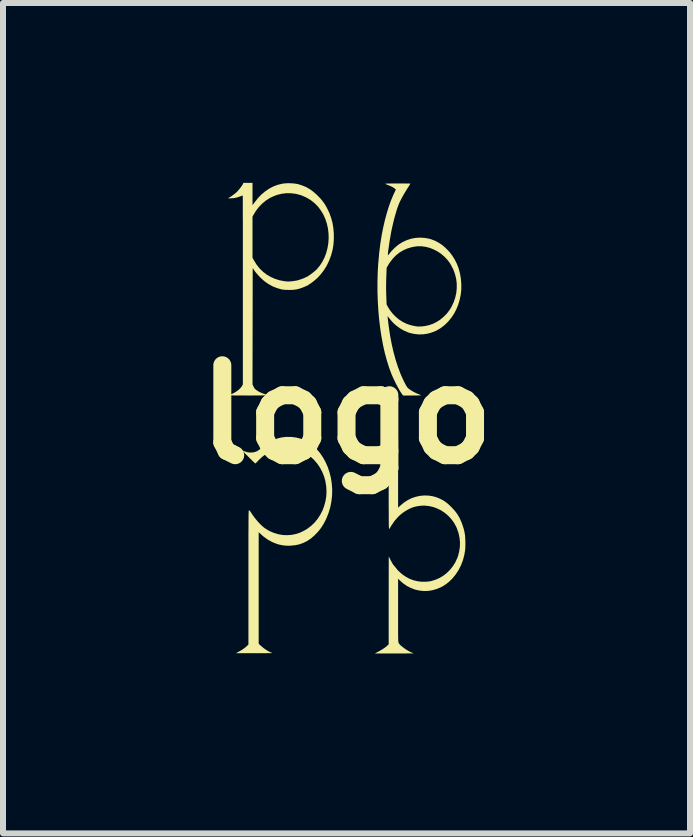
<source format=kicad_pcb>
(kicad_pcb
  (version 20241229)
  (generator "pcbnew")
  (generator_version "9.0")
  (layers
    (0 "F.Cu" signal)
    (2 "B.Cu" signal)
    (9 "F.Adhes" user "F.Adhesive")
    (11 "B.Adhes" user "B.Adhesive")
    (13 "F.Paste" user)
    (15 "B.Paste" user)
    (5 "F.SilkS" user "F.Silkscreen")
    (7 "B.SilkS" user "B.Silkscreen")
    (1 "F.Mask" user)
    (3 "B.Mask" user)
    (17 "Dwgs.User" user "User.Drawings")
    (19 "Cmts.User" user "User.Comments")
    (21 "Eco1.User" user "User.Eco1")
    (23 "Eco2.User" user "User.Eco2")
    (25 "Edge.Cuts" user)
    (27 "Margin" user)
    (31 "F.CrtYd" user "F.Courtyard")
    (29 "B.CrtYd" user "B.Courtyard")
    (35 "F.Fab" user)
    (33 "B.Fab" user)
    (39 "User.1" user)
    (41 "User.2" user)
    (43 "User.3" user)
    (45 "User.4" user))
  (footprint "logo"
    (layer "F.Cu")
    (at 2.729 3.863)
    (property "Reference" "logo" (at 0 0 0) (layer "F.SilkS") (effects (font (size 1.5 1.5) (thickness 0.3))))
    (attr board_only exclude_from_pos_files exclude_from_bom)
    (fp_poly (pts (xy -0.916 0.374) (xy -0.839 0.384) (xy -0.765 0.403) (xy -0.695 0.43) (xy -0.629 0.466) (xy -0.567 0.51) (xy -0.556 0.52) (xy -0.496 0.578) (xy -0.442 0.643) (xy -0.393 0.715) (xy -0.35 0.793) (xy -0.313 0.876) (xy -0.284 0.964) (xy -0.261 1.055) (xy -0.247 1.146) (xy -0.239 1.248) (xy -0.241 1.349) (xy -0.252 1.45) (xy -0.272 1.549) (xy -0.301 1.645) (xy -0.338 1.737) (xy -0.349 1.76) (xy -0.386 1.83) (xy -0.426 1.892) (xy -0.471 1.95) (xy -0.523 2.004) (xy -0.531 2.013) (xy -0.591 2.065) (xy -0.653 2.107) (xy -0.718 2.14) (xy -0.787 2.165) (xy -0.859 2.18) (xy -0.936 2.187) (xy -0.965 2.188) (xy -1.023 2.186) (xy -1.076 2.179) (xy -1.127 2.168) (xy -1.167 2.156) (xy -1.241 2.126) (xy -1.312 2.087) (xy -1.379 2.039) (xy -1.426 1.999) (xy -1.465 1.962) (xy -1.465 2.892) (xy -1.465 3.822) (xy -1.435 3.851) (xy -1.397 3.884) (xy -1.357 3.914) (xy -1.317 3.94) (xy -1.279 3.96) (xy -1.268 3.964) (xy -1.252 3.971) (xy -1.241 3.976) (xy -1.236 3.978) (xy -1.24 3.979) (xy -1.254 3.979) (xy -1.275 3.979) (xy -1.304 3.979) (xy -1.339 3.98) (xy -1.38 3.98) (xy -1.426 3.98) (xy -1.476 3.98) (xy -1.529 3.98) (xy -1.539 3.98) (xy -1.844 3.98) (xy -1.8 3.957) (xy -1.75 3.928) (xy -1.705 3.897) (xy -1.667 3.866) (xy -1.662 3.861) (xy -1.636 3.836) (xy -1.636 2.716) (xy -1.636 2.592) (xy -1.636 2.478) (xy -1.636 2.372) (xy -1.636 2.276) (xy -1.636 2.187) (xy -1.636 2.107) (xy -1.636 2.034) (xy -1.636 1.968) (xy -1.635 1.909) (xy -1.635 1.856) (xy -1.635 1.81) (xy -1.635 1.77) (xy -1.634 1.734) (xy -1.634 1.704) (xy -1.634 1.679) (xy -1.633 1.658) (xy -1.633 1.64) (xy -1.632 1.627) (xy -1.632 1.616) (xy -1.631 1.609) (xy -1.631 1.603) (xy -1.63 1.6) (xy -1.629 1.599) (xy -1.628 1.599) (xy -1.619 1.602) (xy -1.617 1.602) (xy -1.613 1.606) (xy -1.605 1.616) (xy -1.595 1.631) (xy -1.59 1.639) (xy -1.561 1.683) (xy -1.528 1.727) (xy -1.493 1.77) (xy -1.456 1.811) (xy -1.419 1.848) (xy -1.384 1.879) (xy -1.353 1.902) (xy -1.284 1.943) (xy -1.212 1.974) (xy -1.14 1.996) (xy -1.065 2.009) (xy -0.991 2.012) (xy -0.917 2.007) (xy -0.843 1.992) (xy -0.771 1.968) (xy -0.702 1.934) (xy -0.657 1.907) (xy -0.593 1.859) (xy -0.534 1.803) (xy -0.482 1.74) (xy -0.438 1.672) (xy -0.4 1.598) (xy -0.376 1.534) (xy -0.352 1.449) (xy -0.338 1.365) (xy -0.334 1.281) (xy -0.339 1.196) (xy -0.352 1.114) (xy -0.374 1.034) (xy -0.405 0.957) (xy -0.443 0.885) (xy -0.489 0.818) (xy -0.542 0.756) (xy -0.601 0.702) (xy -0.665 0.654) (xy -0.696 0.635) (xy -0.748 0.609) (xy -0.802 0.587) (xy -0.861 0.57) (xy -0.872 0.568) (xy -0.925 0.559) (xy -0.982 0.555) (xy -1.041 0.555) (xy -1.097 0.561) (xy -1.123 0.566) (xy -1.199 0.587) (xy -1.271 0.617) (xy -1.34 0.656) (xy -1.404 0.704) (xy -1.464 0.76) (xy -1.475 0.772) (xy -1.491 0.789) (xy -1.505 0.803) (xy -1.515 0.812) (xy -1.521 0.816) (xy -1.521 0.816) (xy -1.526 0.812) (xy -1.536 0.803) (xy -1.551 0.789) (xy -1.57 0.771) (xy -1.591 0.75) (xy -1.614 0.728) (xy -1.637 0.704) (xy -1.66 0.681) (xy -1.682 0.659) (xy -1.701 0.64) (xy -1.716 0.623) (xy -1.727 0.611) (xy -1.733 0.604) (xy -1.733 0.603) (xy -1.727 0.604) (xy -1.716 0.607) (xy -1.704 0.612) (xy -1.658 0.628) (xy -1.612 0.634) (xy -1.563 0.632) (xy -1.543 0.628) (xy -1.519 0.622) (xy -1.498 0.614) (xy -1.477 0.602) (xy -1.455 0.587) (xy -1.43 0.565) (xy -1.421 0.558) (xy -1.381 0.524) (xy -1.345 0.496) (xy -1.308 0.472) (xy -1.269 0.45) (xy -1.261 0.445) (xy -1.2 0.417) (xy -1.141 0.396) (xy -1.082 0.382) (xy -1.019 0.374) (xy -0.994 0.373)) (stroke (width 0) (type solid)) (fill yes) (layer "F.SilkS"))
    (fp_poly (pts (xy 0.86 0.982) (xy 0.86 1.554) (xy 0.899 1.517) (xy 0.958 1.468) (xy 1.021 1.427) (xy 1.088 1.394) (xy 1.157 1.371) (xy 1.228 1.356) (xy 1.299 1.35) (xy 1.372 1.352) (xy 1.444 1.364) (xy 1.514 1.385) (xy 1.571 1.41) (xy 1.608 1.43) (xy 1.642 1.451) (xy 1.675 1.476) (xy 1.71 1.506) (xy 1.746 1.541) (xy 1.786 1.583) (xy 1.82 1.623) (xy 1.849 1.664) (xy 1.876 1.709) (xy 1.895 1.746) (xy 1.916 1.794) (xy 1.936 1.849) (xy 1.954 1.905) (xy 1.967 1.96) (xy 1.968 1.966) (xy 1.974 1.999) (xy 1.978 2.039) (xy 1.981 2.084) (xy 1.982 2.131) (xy 1.982 2.177) (xy 1.981 2.22) (xy 1.978 2.257) (xy 1.978 2.261) (xy 1.963 2.348) (xy 1.94 2.433) (xy 1.909 2.514) (xy 1.87 2.591) (xy 1.824 2.662) (xy 1.772 2.727) (xy 1.759 2.741) (xy 1.711 2.787) (xy 1.663 2.826) (xy 1.612 2.859) (xy 1.57 2.882) (xy 1.5 2.911) (xy 1.428 2.931) (xy 1.356 2.942) (xy 1.283 2.943) (xy 1.212 2.935) (xy 1.141 2.919) (xy 1.073 2.893) (xy 1.007 2.859) (xy 0.945 2.816) (xy 0.9 2.777) (xy 0.86 2.739) (xy 0.86 3.264) (xy 0.86 3.347) (xy 0.86 3.421) (xy 0.86 3.486) (xy 0.86 3.544) (xy 0.86 3.593) (xy 0.86 3.636) (xy 0.86 3.672) (xy 0.861 3.702) (xy 0.861 3.728) (xy 0.861 3.748) (xy 0.862 3.764) (xy 0.863 3.777) (xy 0.864 3.787) (xy 0.864 3.794) (xy 0.866 3.799) (xy 0.867 3.803) (xy 0.868 3.807) (xy 0.869 3.808) (xy 0.88 3.826) (xy 0.891 3.84) (xy 0.907 3.854) (xy 0.92 3.865) (xy 0.937 3.878) (xy 0.955 3.892) (xy 0.964 3.899) (xy 0.984 3.913) (xy 1.009 3.929) (xy 1.037 3.945) (xy 1.065 3.96) (xy 1.088 3.97) (xy 1.089 3.971) (xy 1.104 3.976) (xy 1.114 3.981) (xy 1.118 3.983) (xy 1.114 3.983) (xy 1.1 3.984) (xy 1.079 3.984) (xy 1.05 3.984) (xy 1.014 3.984) (xy 0.973 3.985) (xy 0.927 3.985) (xy 0.876 3.985) (xy 0.822 3.985) (xy 0.796 3.985) (xy 0.471 3.985) (xy 0.508 3.966) (xy 0.55 3.944) (xy 0.59 3.92) (xy 0.627 3.896) (xy 0.659 3.873) (xy 0.68 3.854) (xy 0.703 3.832) (xy 0.703 3.099) (xy 0.704 2.366) (xy 0.737 2.432) (xy 0.75 2.455) (xy 0.761 2.476) (xy 0.77 2.491) (xy 0.776 2.501) (xy 0.777 2.503) (xy 0.783 2.509) (xy 0.793 2.52) (xy 0.805 2.536) (xy 0.812 2.544) (xy 0.852 2.594) (xy 0.894 2.635) (xy 0.939 2.672) (xy 0.983 2.702) (xy 1.046 2.737) (xy 1.113 2.763) (xy 1.183 2.78) (xy 1.254 2.789) (xy 1.325 2.789) (xy 1.395 2.781) (xy 1.412 2.777) (xy 1.484 2.755) (xy 1.552 2.725) (xy 1.616 2.687) (xy 1.674 2.641) (xy 1.727 2.588) (xy 1.774 2.529) (xy 1.814 2.465) (xy 1.846 2.395) (xy 1.858 2.364) (xy 1.864 2.342) (xy 1.875 2.342) (xy 1.878 2.344) (xy 1.88 2.342) (xy 1.878 2.339) (xy 1.875 2.342) (xy 1.864 2.342) (xy 1.878 2.287) (xy 1.89 2.208) (xy 1.892 2.13) (xy 1.884 2.052) (xy 1.867 1.975) (xy 1.841 1.9) (xy 1.827 1.868) (xy 1.79 1.802) (xy 1.746 1.742) (xy 1.695 1.687) (xy 1.639 1.64) (xy 1.578 1.599) (xy 1.513 1.567) (xy 1.445 1.542) (xy 1.374 1.526) (xy 1.302 1.519) (xy 1.285 1.519) (xy 1.24 1.521) (xy 1.191 1.527) (xy 1.144 1.537) (xy 1.121 1.543) (xy 1.07 1.562) (xy 1.018 1.588) (xy 0.967 1.619) (xy 0.919 1.653) (xy 0.878 1.689) (xy 0.867 1.7) (xy 0.844 1.725) (xy 0.827 1.744) (xy 0.814 1.759) (xy 0.803 1.771) (xy 0.795 1.783) (xy 0.786 1.795) (xy 0.783 1.8) (xy 0.774 1.814) (xy 0.766 1.826) (xy 0.761 1.831) (xy 0.761 1.831) (xy 0.758 1.836) (xy 0.75 1.848) (xy 0.741 1.863) (xy 0.737 1.869) (xy 0.727 1.886) (xy 0.718 1.9) (xy 0.711 1.909) (xy 0.71 1.91) (xy 0.709 1.91) (xy 0.708 1.906) (xy 0.707 1.899) (xy 0.707 1.889) (xy 0.706 1.873) (xy 0.705 1.854) (xy 0.705 1.829) (xy 0.705 1.798) (xy 0.704 1.762) (xy 0.704 1.719) (xy 0.704 1.669) (xy 0.704 1.611) (xy 0.703 1.546) (xy 0.703 1.473) (xy 0.703 1.391) (xy 0.703 1.299) (xy 0.703 1.253) (xy 0.703 0.59) (xy 0.692 0.593) (xy 0.663 0.601) (xy 0.629 0.609) (xy 0.592 0.617) (xy 0.556 0.623) (xy 0.524 0.627) (xy 0.507 0.628) (xy 0.485 0.629) (xy 0.468 0.63) (xy 0.457 0.629) (xy 0.454 0.629) (xy 0.458 0.625) (xy 0.469 0.619) (xy 0.486 0.61) (xy 0.5 0.603) (xy 0.545 0.579) (xy 0.59 0.55) (xy 0.631 0.518) (xy 0.668 0.484) (xy 0.699 0.451) (xy 0.713 0.433) (xy 0.728 0.41) (xy 0.794 0.41) (xy 0.86 0.41)) (stroke (width 0) (type solid)) (fill yes) (layer "F.SilkS"))
    (fp_poly (pts (xy -1.568 -3.677) (xy -1.568 -3.491) (xy -1.537 -3.533) (xy -1.482 -3.604) (xy -1.423 -3.666) (xy -1.359 -3.72) (xy -1.292 -3.766) (xy -1.222 -3.803) (xy -1.148 -3.831) (xy -1.073 -3.849) (xy -1.06 -3.851) (xy -1.015 -3.856) (xy -0.966 -3.858) (xy -0.915 -3.856) (xy -0.866 -3.852) (xy -0.822 -3.845) (xy -0.808 -3.842) (xy -0.738 -3.82) (xy -0.673 -3.793) (xy -0.612 -3.758) (xy -0.553 -3.715) (xy -0.495 -3.664) (xy -0.479 -3.648) (xy -0.432 -3.599) (xy -0.392 -3.55) (xy -0.358 -3.5) (xy -0.326 -3.445) (xy -0.323 -3.438) (xy -0.285 -3.358) (xy -0.256 -3.278) (xy -0.234 -3.196) (xy -0.22 -3.111) (xy -0.212 -3.02) (xy -0.212 -3.003) (xy -0.212 -2.913) (xy -0.219 -2.827) (xy -0.233 -2.744) (xy -0.255 -2.662) (xy -0.26 -2.647) (xy -0.292 -2.562) (xy -0.331 -2.481) (xy -0.378 -2.406) (xy -0.431 -2.337) (xy -0.489 -2.274) (xy -0.554 -2.219) (xy -0.596 -2.188) (xy -0.613 -2.177) (xy -0.628 -2.167) (xy -0.637 -2.16) (xy -0.64 -2.158) (xy -0.646 -2.154) (xy -0.66 -2.148) (xy -0.678 -2.14) (xy -0.699 -2.131) (xy -0.721 -2.122) (xy -0.741 -2.114) (xy -0.758 -2.108) (xy -0.795 -2.096) (xy -0.829 -2.088) (xy -0.862 -2.083) (xy -0.899 -2.079) (xy -0.942 -2.078) (xy -0.96 -2.078) (xy -0.999 -2.079) (xy -1.03 -2.08) (xy -1.056 -2.083) (xy -1.079 -2.086) (xy -1.084 -2.087) (xy -1.157 -2.108) (xy -1.229 -2.136) (xy -1.297 -2.173) (xy -1.353 -2.211) (xy -1.384 -2.236) (xy -1.418 -2.267) (xy -1.452 -2.3) (xy -1.484 -2.335) (xy -1.513 -2.369) (xy -1.536 -2.399) (xy -1.536 -2.4) (xy -1.565 -2.443) (xy -1.566 -1.473) (xy -1.568 -0.502) (xy -1.551 -0.466) (xy -1.541 -0.446) (xy -1.531 -0.432) (xy -1.518 -0.419) (xy -1.503 -0.407) (xy -1.457 -0.378) (xy -1.402 -0.354) (xy -1.361 -0.34) (xy -1.343 -0.334) (xy -1.328 -0.328) (xy -1.32 -0.324) (xy -1.319 -0.322) (xy -1.323 -0.321) (xy -1.338 -0.32) (xy -1.361 -0.319) (xy -1.393 -0.319) (xy -1.434 -0.318) (xy -1.483 -0.318) (xy -1.541 -0.318) (xy -1.605 -0.317) (xy -1.641 -0.317) (xy -1.705 -0.318) (xy -1.762 -0.318) (xy -1.814 -0.318) (xy -1.858 -0.318) (xy -1.896 -0.319) (xy -1.925 -0.32) (xy -1.946 -0.32) (xy -1.958 -0.321) (xy -1.961 -0.322) (xy -1.955 -0.326) (xy -1.943 -0.331) (xy -1.928 -0.337) (xy -1.894 -0.351) (xy -1.859 -0.37) (xy -1.824 -0.393) (xy -1.793 -0.418) (xy -1.767 -0.444) (xy -1.747 -0.469) (xy -1.741 -0.48) (xy -1.729 -0.503) (xy -1.729 -2.078) (xy -1.729 -2.201) (xy -1.729 -2.322) (xy -1.729 -2.44) (xy -1.729 -2.555) (xy -1.729 -2.614) (xy -1.568 -2.614) (xy -1.543 -2.569) (xy -1.5 -2.5) (xy -1.451 -2.438) (xy -1.395 -2.383) (xy -1.333 -2.335) (xy -1.265 -2.295) (xy -1.193 -2.263) (xy -1.117 -2.239) (xy -1.038 -2.224) (xy -1.004 -2.22) (xy -0.989 -2.219) (xy -0.978 -2.218) (xy -0.977 -2.218) (xy -0.969 -2.218) (xy -0.954 -2.219) (xy -0.934 -2.221) (xy -0.916 -2.222) (xy -0.888 -2.225) (xy -0.859 -2.23) (xy -0.833 -2.234) (xy -0.822 -2.237) (xy -0.805 -2.241) (xy -0.783 -2.248) (xy -0.76 -2.256) (xy -0.737 -2.264) (xy -0.716 -2.272) (xy -0.7 -2.279) (xy -0.69 -2.284) (xy -0.689 -2.285) (xy -0.682 -2.289) (xy -0.679 -2.29) (xy -0.666 -2.295) (xy -0.647 -2.305) (xy -0.624 -2.32) (xy -0.598 -2.338) (xy -0.572 -2.357) (xy -0.546 -2.378) (xy -0.522 -2.398) (xy -0.502 -2.416) (xy -0.495 -2.423) (xy -0.446 -2.482) (xy -0.403 -2.548) (xy -0.367 -2.619) (xy -0.339 -2.694) (xy -0.318 -2.773) (xy -0.304 -2.854) (xy -0.298 -2.937) (xy -0.3 -3.02) (xy -0.31 -3.103) (xy -0.328 -3.184) (xy -0.354 -3.263) (xy -0.389 -3.339) (xy -0.431 -3.408) (xy -0.479 -3.471) (xy -0.534 -3.526) (xy -0.596 -3.575) (xy -0.664 -3.616) (xy -0.737 -3.649) (xy -0.767 -3.66) (xy -0.843 -3.68) (xy -0.92 -3.69) (xy -0.997 -3.691) (xy -1.074 -3.683) (xy -1.151 -3.665) (xy -1.206 -3.645) (xy -1.277 -3.612) (xy -1.343 -3.57) (xy -1.404 -3.52) (xy -1.46 -3.463) (xy -1.509 -3.4) (xy -1.545 -3.341) (xy -1.568 -3.3) (xy -1.568 -2.957) (xy -1.568 -2.614) (xy -1.729 -2.614) (xy -1.729 -2.666) (xy -1.729 -2.773) (xy -1.729 -2.876) (xy -1.729 -2.974) (xy -1.729 -3.067) (xy -1.729 -3.154) (xy -1.729 -3.236) (xy -1.73 -3.311) (xy -1.73 -3.38) (xy -1.73 -3.442) (xy -1.73 -3.497) (xy -1.73 -3.544) (xy -1.73 -3.583) (xy -1.73 -3.614) (xy -1.731 -3.636) (xy -1.731 -3.649) (xy -1.731 -3.653) (xy -1.736 -3.651) (xy -1.748 -3.647) (xy -1.765 -3.641) (xy -1.776 -3.637) (xy -1.83 -3.619) (xy -1.882 -3.609) (xy -1.929 -3.605) (xy -1.941 -3.605) (xy -1.979 -3.607) (xy -1.956 -3.618) (xy -1.937 -3.629) (xy -1.914 -3.645) (xy -1.888 -3.664) (xy -1.862 -3.684) (xy -1.839 -3.703) (xy -1.821 -3.72) (xy -1.817 -3.725) (xy -1.798 -3.747) (xy -1.778 -3.771) (xy -1.76 -3.795) (xy -1.744 -3.817) (xy -1.733 -3.835) (xy -1.728 -3.844) (xy -1.72 -3.863) (xy -1.644 -3.863) (xy -1.568 -3.863)) (stroke (width 0) (type solid)) (fill yes) (layer "F.SilkS"))
    (fp_poly (pts (xy 0.899 -3.853) (xy 0.94 -3.853) (xy 0.977 -3.853) (xy 1.009 -3.852) (xy 1.034 -3.852) (xy 1.053 -3.852) (xy 1.063 -3.851) (xy 1.065 -3.851) (xy 1.062 -3.846) (xy 1.055 -3.835) (xy 1.046 -3.819) (xy 1.037 -3.805) (xy 0.993 -3.735) (xy 0.955 -3.672) (xy 0.923 -3.614) (xy 0.896 -3.562) (xy 0.874 -3.514) (xy 0.859 -3.475) (xy 0.839 -3.418) (xy 0.82 -3.353) (xy 0.8 -3.283) (xy 0.781 -3.209) (xy 0.764 -3.134) (xy 0.752 -3.081) (xy 0.745 -3.045) (xy 0.738 -3.006) (xy 0.731 -2.964) (xy 0.723 -2.92) (xy 0.716 -2.876) (xy 0.71 -2.833) (xy 0.704 -2.792) (xy 0.698 -2.754) (xy 0.694 -2.721) (xy 0.691 -2.694) (xy 0.69 -2.674) (xy 0.689 -2.662) (xy 0.69 -2.661) (xy 0.691 -2.657) (xy 0.696 -2.66) (xy 0.704 -2.669) (xy 0.715 -2.683) (xy 0.736 -2.71) (xy 0.763 -2.739) (xy 0.793 -2.77) (xy 0.825 -2.799) (xy 0.854 -2.823) (xy 0.868 -2.834) (xy 0.933 -2.875) (xy 1.002 -2.907) (xy 1.074 -2.931) (xy 1.148 -2.945) (xy 1.223 -2.95) (xy 1.299 -2.946) (xy 1.374 -2.933) (xy 1.412 -2.922) (xy 1.478 -2.897) (xy 1.543 -2.862) (xy 1.604 -2.82) (xy 1.661 -2.769) (xy 1.715 -2.713) (xy 1.763 -2.651) (xy 1.805 -2.583) (xy 1.841 -2.512) (xy 1.868 -2.441) (xy 1.892 -2.354) (xy 1.907 -2.265) (xy 1.914 -2.177) (xy 1.914 -2.089) (xy 1.905 -2.003) (xy 1.888 -1.919) (xy 1.864 -1.837) (xy 1.833 -1.759) (xy 1.795 -1.685) (xy 1.749 -1.616) (xy 1.698 -1.553) (xy 1.639 -1.495) (xy 1.575 -1.445) (xy 1.561 -1.436) (xy 1.496 -1.398) (xy 1.427 -1.37) (xy 1.355 -1.349) (xy 1.282 -1.338) (xy 1.208 -1.336) (xy 1.134 -1.343) (xy 1.061 -1.359) (xy 1.026 -1.37) (xy 0.957 -1.4) (xy 0.891 -1.438) (xy 0.828 -1.485) (xy 0.798 -1.511) (xy 0.782 -1.526) (xy 0.767 -1.541) (xy 0.752 -1.558) (xy 0.735 -1.578) (xy 0.715 -1.603) (xy 0.691 -1.634) (xy 0.687 -1.638) (xy 0.685 -1.637) (xy 0.685 -1.63) (xy 0.686 -1.614) (xy 0.705 -1.461) (xy 0.727 -1.313) (xy 0.754 -1.171) (xy 0.785 -1.037) (xy 0.82 -0.909) (xy 0.859 -0.789) (xy 0.901 -0.677) (xy 0.947 -0.574) (xy 0.982 -0.505) (xy 0.996 -0.48) (xy 1.008 -0.461) (xy 1.019 -0.448) (xy 1.03 -0.436) (xy 1.04 -0.428) (xy 1.078 -0.402) (xy 1.122 -0.376) (xy 1.169 -0.353) (xy 1.192 -0.344) (xy 1.212 -0.336) (xy 1.228 -0.329) (xy 1.239 -0.324) (xy 1.243 -0.322) (xy 1.239 -0.321) (xy 1.227 -0.32) (xy 1.207 -0.319) (xy 1.179 -0.318) (xy 1.146 -0.318) (xy 1.108 -0.317) (xy 1.095 -0.317) (xy 0.943 -0.317) (xy 0.929 -0.336) (xy 0.913 -0.358) (xy 0.894 -0.388) (xy 0.873 -0.423) (xy 0.851 -0.463) (xy 0.828 -0.506) (xy 0.806 -0.551) (xy 0.785 -0.595) (xy 0.766 -0.637) (xy 0.754 -0.664) (xy 0.712 -0.776) (xy 0.674 -0.896) (xy 0.639 -1.024) (xy 0.609 -1.158) (xy 0.583 -1.298) (xy 0.561 -1.443) (xy 0.543 -1.592) (xy 0.53 -1.744) (xy 0.521 -1.899) (xy 0.516 -2.055) (xy 0.516 -2.096) (xy 0.66 -2.096) (xy 0.661 -2.036) (xy 0.663 -1.982) (xy 0.668 -1.837) (xy 0.689 -1.797) (xy 0.722 -1.743) (xy 0.763 -1.69) (xy 0.81 -1.64) (xy 0.814 -1.636) (xy 0.873 -1.586) (xy 0.936 -1.545) (xy 1.004 -1.512) (xy 1.077 -1.488) (xy 1.154 -1.472) (xy 1.189 -1.468) (xy 1.212 -1.468) (xy 1.241 -1.469) (xy 1.274 -1.471) (xy 1.304 -1.475) (xy 1.373 -1.49) (xy 1.441 -1.513) (xy 1.505 -1.545) (xy 1.566 -1.585) (xy 1.623 -1.633) (xy 1.675 -1.686) (xy 1.72 -1.746) (xy 1.749 -1.793) (xy 1.785 -1.869) (xy 1.812 -1.946) (xy 1.83 -2.025) (xy 1.838 -2.105) (xy 1.838 -2.185) (xy 1.828 -2.264) (xy 1.809 -2.342) (xy 1.781 -2.418) (xy 1.743 -2.492) (xy 1.721 -2.529) (xy 1.678 -2.585) (xy 1.628 -2.637) (xy 1.573 -2.683) (xy 1.514 -2.722) (xy 1.451 -2.754) (xy 1.386 -2.78) (xy 1.319 -2.797) (xy 1.252 -2.806) (xy 1.185 -2.806) (xy 1.162 -2.804) (xy 1.084 -2.79) (xy 1.011 -2.768) (xy 0.943 -2.737) (xy 0.88 -2.699) (xy 0.822 -2.652) (xy 0.769 -2.597) (xy 0.72 -2.533) (xy 0.685 -2.475) (xy 0.669 -2.448) (xy 0.663 -2.287) (xy 0.661 -2.219) (xy 0.66 -2.156) (xy 0.66 -2.096) (xy 0.516 -2.096) (xy 0.516 -2.213) (xy 0.52 -2.37) (xy 0.529 -2.527) (xy 0.53 -2.527) (xy 0.674 -2.527) (xy 0.676 -2.525) (xy 0.679 -2.527) (xy 0.676 -2.53) (xy 0.674 -2.527) (xy 0.53 -2.527) (xy 0.543 -2.682) (xy 0.562 -2.835) (xy 0.569 -2.884) (xy 0.59 -3.011) (xy 0.615 -3.135) (xy 0.643 -3.254) (xy 0.674 -3.367) (xy 0.707 -3.474) (xy 0.743 -3.573) (xy 0.781 -3.664) (xy 0.795 -3.693) (xy 0.822 -3.751) (xy 0.808 -3.765) (xy 0.792 -3.778) (xy 0.768 -3.793) (xy 0.738 -3.808) (xy 0.702 -3.823) (xy 0.687 -3.829) (xy 0.669 -3.836) (xy 0.654 -3.843) (xy 0.646 -3.848) (xy 0.645 -3.849) (xy 0.649 -3.85) (xy 0.663 -3.851) (xy 0.684 -3.852) (xy 0.712 -3.852) (xy 0.746 -3.853) (xy 0.785 -3.853) (xy 0.827 -3.853) (xy 0.855 -3.853)) (stroke (width 0) (type solid)) (fill yes) (layer "F.SilkS")))
  (gr_rect
    (start -3 -3)
    (end 8.457 10.848)
    (stroke (width 0.1) (type default))
    (fill no)
    (layer "Edge.Cuts")))
</source>
